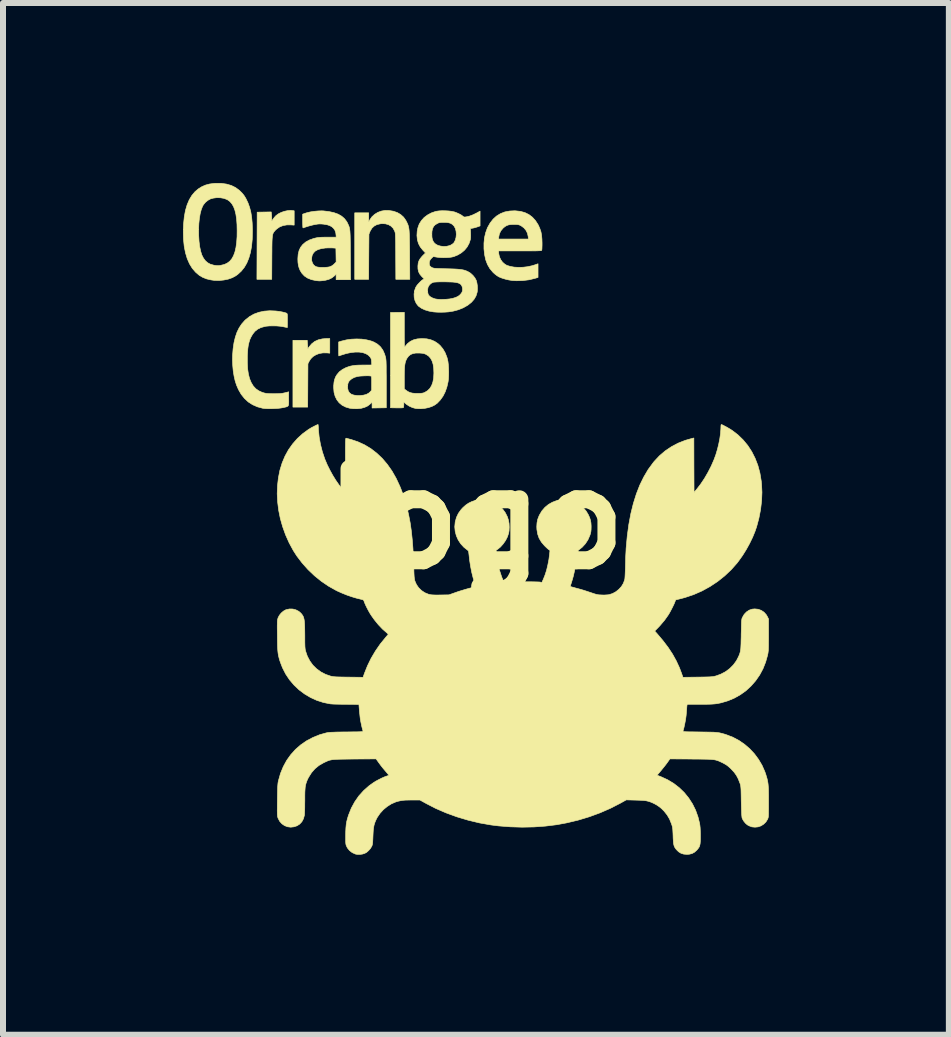
<source format=kicad_pcb>
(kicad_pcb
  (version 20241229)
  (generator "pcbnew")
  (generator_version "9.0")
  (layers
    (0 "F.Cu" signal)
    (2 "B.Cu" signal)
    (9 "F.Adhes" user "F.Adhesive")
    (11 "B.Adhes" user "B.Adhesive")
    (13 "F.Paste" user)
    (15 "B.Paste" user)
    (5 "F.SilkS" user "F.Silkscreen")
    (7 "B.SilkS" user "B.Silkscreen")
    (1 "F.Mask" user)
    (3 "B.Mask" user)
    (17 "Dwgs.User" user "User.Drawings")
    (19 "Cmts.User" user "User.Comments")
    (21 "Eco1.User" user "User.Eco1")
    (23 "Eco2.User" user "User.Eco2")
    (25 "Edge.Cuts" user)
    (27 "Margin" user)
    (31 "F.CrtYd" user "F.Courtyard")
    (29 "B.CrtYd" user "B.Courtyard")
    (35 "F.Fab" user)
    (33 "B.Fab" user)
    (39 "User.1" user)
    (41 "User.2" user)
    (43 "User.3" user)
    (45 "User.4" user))
  (footprint "logo"
    (layer "F.Cu")
    (at 4.88 5.598)
    (property "Reference" "logo" (at 0 0 0) (layer "F.SilkS") (effects (font (size 1.524 1.524) (thickness 0.3))))
    (attr through_hole)
    (fp_poly (pts (xy -2.434 -2.762) (xy -2.477 -2.766) (xy -2.545 -2.767) (xy -2.608 -2.757) (xy -2.664 -2.736) (xy -2.713 -2.706) (xy -2.752 -2.667) (xy -2.778 -2.626) (xy -2.798 -2.586) (xy -2.8 -2.224) (xy -2.802 -1.863) (xy -3.048 -1.863) (xy -3.048 -2.977) (xy -2.81 -2.977) (xy -2.799 -2.835) (xy -2.776 -2.87) (xy -2.735 -2.918) (xy -2.685 -2.957) (xy -2.626 -2.984) (xy -2.559 -3) (xy -2.489 -3.006) (xy -2.434 -3.006) (xy -2.434 -2.762)) (stroke (width 0.01) (type solid)) (fill yes) (layer "F.SilkS"))
    (fp_poly (pts (xy -3.065 -5.14) (xy -3.027 -5.135) (xy -3.027 -4.896) (xy -3.082 -4.9) (xy -3.148 -4.9) (xy -3.211 -4.889) (xy -3.268 -4.867) (xy -3.316 -4.834) (xy -3.34 -4.812) (xy -3.352 -4.798) (xy -3.362 -4.786) (xy -3.371 -4.774) (xy -3.378 -4.76) (xy -3.384 -4.744) (xy -3.388 -4.725) (xy -3.391 -4.7) (xy -3.394 -4.669) (xy -3.396 -4.631) (xy -3.397 -4.584) (xy -3.398 -4.527) (xy -3.398 -4.459) (xy -3.399 -4.379) (xy -3.399 -4.352) (xy -3.401 -3.993) (xy -3.648 -3.993) (xy -3.646 -4.553) (xy -3.644 -5.112) (xy -3.41 -5.116) (xy -3.405 -5.078) (xy -3.403 -5.048) (xy -3.401 -5.014) (xy -3.401 -5.002) (xy -3.401 -4.964) (xy -3.377 -4.999) (xy -3.358 -5.024) (xy -3.337 -5.048) (xy -3.326 -5.058) (xy -3.287 -5.086) (xy -3.24 -5.109) (xy -3.187 -5.127) (xy -3.134 -5.138) (xy -3.084 -5.142) (xy -3.065 -5.14)) (stroke (width 0.01) (type solid)) (fill yes) (layer "F.SilkS"))
    (fp_poly (pts (xy -1.45 -5.14) (xy -1.374 -5.128) (xy -1.308 -5.105) (xy -1.252 -5.072) (xy -1.204 -5.029) (xy -1.166 -4.975) (xy -1.153 -4.949) (xy -1.143 -4.929) (xy -1.135 -4.911) (xy -1.128 -4.893) (xy -1.123 -4.874) (xy -1.118 -4.853) (xy -1.114 -4.828) (xy -1.111 -4.799) (xy -1.109 -4.764) (xy -1.107 -4.723) (xy -1.106 -4.672) (xy -1.105 -4.612) (xy -1.104 -4.542) (xy -1.103 -4.459) (xy -1.103 -4.397) (xy -1.1 -3.993) (xy -1.333 -3.993) (xy -1.335 -4.376) (xy -1.335 -4.459) (xy -1.336 -4.53) (xy -1.336 -4.588) (xy -1.337 -4.637) (xy -1.338 -4.676) (xy -1.339 -4.707) (xy -1.34 -4.731) (xy -1.341 -4.75) (xy -1.343 -4.764) (xy -1.345 -4.775) (xy -1.348 -4.784) (xy -1.351 -4.793) (xy -1.353 -4.798) (xy -1.378 -4.844) (xy -1.413 -4.879) (xy -1.456 -4.904) (xy -1.507 -4.918) (xy -1.565 -4.921) (xy -1.592 -4.918) (xy -1.648 -4.905) (xy -1.693 -4.881) (xy -1.73 -4.847) (xy -1.758 -4.802) (xy -1.765 -4.786) (xy -1.781 -4.745) (xy -1.784 -4.369) (xy -1.786 -3.993) (xy -2.018 -3.993) (xy -2.018 -5.101) (xy -1.785 -5.101) (xy -1.785 -5.025) (xy -1.785 -4.949) (xy -1.764 -4.988) (xy -1.73 -5.036) (xy -1.686 -5.076) (xy -1.634 -5.108) (xy -1.575 -5.13) (xy -1.512 -5.141) (xy -1.45 -5.14)) (stroke (width 0.01) (type solid)) (fill yes) (layer "F.SilkS"))
    (fp_poly (pts (xy -3.336 -3.465) (xy -3.335 -3.465) (xy -3.278 -3.458) (xy -3.228 -3.449) (xy -3.185 -3.439) (xy -3.156 -3.429) (xy -3.15 -3.426) (xy -3.146 -3.421) (xy -3.143 -3.413) (xy -3.141 -3.399) (xy -3.14 -3.377) (xy -3.14 -3.345) (xy -3.14 -3.306) (xy -3.14 -3.267) (xy -3.14 -3.234) (xy -3.141 -3.208) (xy -3.141 -3.193) (xy -3.141 -3.189) (xy -3.149 -3.191) (xy -3.167 -3.194) (xy -3.192 -3.199) (xy -3.21 -3.203) (xy -3.261 -3.211) (xy -3.32 -3.216) (xy -3.382 -3.217) (xy -3.442 -3.216) (xy -3.496 -3.211) (xy -3.516 -3.207) (xy -3.581 -3.189) (xy -3.636 -3.162) (xy -3.682 -3.125) (xy -3.721 -3.076) (xy -3.746 -3.032) (xy -3.766 -2.989) (xy -3.78 -2.943) (xy -3.792 -2.893) (xy -3.8 -2.835) (xy -3.805 -2.768) (xy -3.808 -2.713) (xy -3.808 -2.601) (xy -3.803 -2.501) (xy -3.79 -2.413) (xy -3.77 -2.336) (xy -3.743 -2.271) (xy -3.709 -2.215) (xy -3.668 -2.17) (xy -3.618 -2.135) (xy -3.561 -2.109) (xy -3.524 -2.098) (xy -3.496 -2.092) (xy -3.464 -2.089) (xy -3.424 -2.087) (xy -3.373 -2.086) (xy -3.362 -2.086) (xy -3.308 -2.087) (xy -3.263 -2.089) (xy -3.224 -2.093) (xy -3.186 -2.101) (xy -3.144 -2.111) (xy -3.134 -2.114) (xy -3.119 -2.118) (xy -3.119 -2.001) (xy -3.118 -1.957) (xy -3.119 -1.924) (xy -3.121 -1.901) (xy -3.127 -1.885) (xy -3.138 -1.875) (xy -3.154 -1.868) (xy -3.178 -1.862) (xy -3.209 -1.855) (xy -3.248 -1.848) (xy -3.297 -1.842) (xy -3.351 -1.839) (xy -3.407 -1.837) (xy -3.461 -1.837) (xy -3.509 -1.839) (xy -3.547 -1.843) (xy -3.552 -1.844) (xy -3.641 -1.868) (xy -3.72 -1.903) (xy -3.792 -1.949) (xy -3.855 -2.007) (xy -3.91 -2.076) (xy -3.956 -2.156) (xy -3.989 -2.232) (xy -4.011 -2.301) (xy -4.029 -2.38) (xy -4.043 -2.465) (xy -4.051 -2.554) (xy -4.055 -2.644) (xy -4.054 -2.722) (xy -4.045 -2.836) (xy -4.03 -2.938) (xy -4.008 -3.029) (xy -3.98 -3.111) (xy -3.945 -3.183) (xy -3.902 -3.248) (xy -3.851 -3.306) (xy -3.836 -3.32) (xy -3.771 -3.372) (xy -3.698 -3.413) (xy -3.616 -3.443) (xy -3.528 -3.462) (xy -3.434 -3.469) (xy -3.336 -3.465)) (stroke (width 0.01) (type solid)) (fill yes) (layer "F.SilkS"))
    (fp_poly (pts (xy 0.664 -5.134) (xy 0.746 -5.125) (xy 0.82 -5.104) (xy 0.885 -5.072) (xy 0.943 -5.028) (xy 0.993 -4.973) (xy 1.037 -4.905) (xy 1.047 -4.885) (xy 1.069 -4.834) (xy 1.086 -4.783) (xy 1.096 -4.727) (xy 1.102 -4.663) (xy 1.104 -4.6) (xy 1.104 -4.562) (xy 1.103 -4.527) (xy 1.102 -4.5) (xy 1.1 -4.483) (xy 1.099 -4.479) (xy 1.097 -4.476) (xy 1.093 -4.473) (xy 1.086 -4.471) (xy 1.075 -4.47) (xy 1.058 -4.469) (xy 1.034 -4.468) (xy 1.003 -4.467) (xy 0.963 -4.467) (xy 0.912 -4.466) (xy 0.85 -4.466) (xy 0.776 -4.466) (xy 0.738 -4.466) (xy 0.381 -4.466) (xy 0.381 -4.439) (xy 0.383 -4.417) (xy 0.389 -4.389) (xy 0.395 -4.365) (xy 0.416 -4.319) (xy 0.446 -4.278) (xy 0.484 -4.245) (xy 0.516 -4.226) (xy 0.573 -4.208) (xy 0.639 -4.196) (xy 0.711 -4.192) (xy 0.787 -4.194) (xy 0.863 -4.203) (xy 0.936 -4.219) (xy 0.982 -4.233) (xy 1.037 -4.252) (xy 1.037 -4.024) (xy 0.986 -4.009) (xy 0.888 -3.985) (xy 0.784 -3.972) (xy 0.681 -3.969) (xy 0.61 -3.973) (xy 0.551 -3.982) (xy 0.491 -3.996) (xy 0.433 -4.014) (xy 0.384 -4.034) (xy 0.378 -4.038) (xy 0.351 -4.055) (xy 0.32 -4.079) (xy 0.289 -4.106) (xy 0.286 -4.11) (xy 0.235 -4.17) (xy 0.195 -4.239) (xy 0.165 -4.318) (xy 0.146 -4.406) (xy 0.136 -4.501) (xy 0.136 -4.598) (xy 0.143 -4.664) (xy 0.379 -4.664) (xy 0.877 -4.664) (xy 0.873 -4.705) (xy 0.861 -4.76) (xy 0.837 -4.808) (xy 0.802 -4.85) (xy 0.756 -4.884) (xy 0.744 -4.89) (xy 0.727 -4.898) (xy 0.71 -4.903) (xy 0.689 -4.906) (xy 0.662 -4.907) (xy 0.631 -4.907) (xy 0.584 -4.906) (xy 0.546 -4.9) (xy 0.515 -4.889) (xy 0.486 -4.872) (xy 0.456 -4.847) (xy 0.453 -4.844) (xy 0.417 -4.801) (xy 0.393 -4.751) (xy 0.383 -4.702) (xy 0.379 -4.664) (xy 0.143 -4.664) (xy 0.145 -4.687) (xy 0.164 -4.769) (xy 0.192 -4.847) (xy 0.197 -4.858) (xy 0.239 -4.932) (xy 0.289 -4.996) (xy 0.346 -5.048) (xy 0.412 -5.088) (xy 0.484 -5.116) (xy 0.564 -5.131) (xy 0.65 -5.135) (xy 0.664 -5.134)) (stroke (width 0.01) (type solid)) (fill yes) (layer "F.SilkS"))
    (fp_poly (pts (xy -4.24 -5.592) (xy -4.154 -5.58) (xy -4.075 -5.557) (xy -4.004 -5.522) (xy -3.942 -5.476) (xy -3.918 -5.453) (xy -3.891 -5.425) (xy -3.872 -5.402) (xy -3.856 -5.38) (xy -3.841 -5.355) (xy -3.829 -5.334) (xy -3.797 -5.267) (xy -3.771 -5.195) (xy -3.75 -5.116) (xy -3.736 -5.029) (xy -3.727 -4.933) (xy -3.723 -4.825) (xy -3.723 -4.787) (xy -3.726 -4.66) (xy -3.737 -4.544) (xy -3.756 -4.44) (xy -3.783 -4.346) (xy -3.817 -4.263) (xy -3.859 -4.191) (xy -3.91 -4.128) (xy -3.969 -4.074) (xy -4 -4.052) (xy -4.058 -4.02) (xy -4.126 -3.996) (xy -4.2 -3.981) (xy -4.278 -3.973) (xy -4.357 -3.975) (xy -4.414 -3.983) (xy -4.487 -4) (xy -4.55 -4.025) (xy -4.607 -4.058) (xy -4.66 -4.103) (xy -4.671 -4.113) (xy -4.726 -4.177) (xy -4.772 -4.252) (xy -4.81 -4.339) (xy -4.839 -4.436) (xy -4.86 -4.544) (xy -4.872 -4.664) (xy -4.875 -4.781) (xy -4.874 -4.828) (xy -4.62 -4.828) (xy -4.619 -4.729) (xy -4.619 -4.727) (xy -4.613 -4.626) (xy -4.602 -4.538) (xy -4.586 -4.462) (xy -4.566 -4.398) (xy -4.539 -4.345) (xy -4.507 -4.302) (xy -4.469 -4.269) (xy -4.425 -4.245) (xy -4.373 -4.23) (xy -4.359 -4.227) (xy -4.33 -4.223) (xy -4.308 -4.221) (xy -4.287 -4.221) (xy -4.261 -4.224) (xy -4.247 -4.227) (xy -4.192 -4.24) (xy -4.144 -4.262) (xy -4.102 -4.293) (xy -4.067 -4.334) (xy -4.038 -4.386) (xy -4.015 -4.448) (xy -3.998 -4.521) (xy -3.986 -4.606) (xy -3.979 -4.704) (xy -3.978 -4.801) (xy -3.98 -4.906) (xy -3.987 -4.999) (xy -3.999 -5.079) (xy -4.016 -5.147) (xy -4.038 -5.205) (xy -4.066 -5.252) (xy -4.099 -5.29) (xy -4.138 -5.318) (xy -4.148 -5.323) (xy -4.198 -5.342) (xy -4.256 -5.352) (xy -4.316 -5.354) (xy -4.375 -5.346) (xy -4.42 -5.334) (xy -4.464 -5.31) (xy -4.505 -5.277) (xy -4.539 -5.236) (xy -4.554 -5.21) (xy -4.576 -5.154) (xy -4.594 -5.086) (xy -4.607 -5.008) (xy -4.616 -4.922) (xy -4.62 -4.828) (xy -4.874 -4.828) (xy -4.871 -4.911) (xy -4.859 -5.03) (xy -4.84 -5.137) (xy -4.812 -5.233) (xy -4.776 -5.318) (xy -4.732 -5.391) (xy -4.681 -5.452) (xy -4.626 -5.499) (xy -4.567 -5.536) (xy -4.506 -5.563) (xy -4.439 -5.581) (xy -4.364 -5.591) (xy -4.335 -5.593) (xy -4.24 -5.592)) (stroke (width 0.01) (type solid)) (fill yes) (layer "F.SilkS"))
    (fp_poly (pts (xy -1.192 -3.149) (xy -1.192 -3.077) (xy -1.192 -3.017) (xy -1.191 -2.97) (xy -1.191 -2.933) (xy -1.19 -2.906) (xy -1.189 -2.887) (xy -1.188 -2.875) (xy -1.186 -2.868) (xy -1.184 -2.867) (xy -1.182 -2.869) (xy -1.18 -2.872) (xy -1.14 -2.92) (xy -1.092 -2.958) (xy -1.038 -2.984) (xy -0.974 -3) (xy -0.902 -3.005) (xy -0.896 -3.005) (xy -0.818 -3.001) (xy -0.749 -2.985) (xy -0.687 -2.959) (xy -0.631 -2.922) (xy -0.595 -2.89) (xy -0.549 -2.834) (xy -0.511 -2.769) (xy -0.481 -2.693) (xy -0.473 -2.663) (xy -0.464 -2.622) (xy -0.458 -2.57) (xy -0.454 -2.512) (xy -0.452 -2.45) (xy -0.453 -2.39) (xy -0.456 -2.333) (xy -0.462 -2.285) (xy -0.482 -2.198) (xy -0.51 -2.118) (xy -0.547 -2.045) (xy -0.592 -1.982) (xy -0.642 -1.929) (xy -0.685 -1.898) (xy -0.732 -1.874) (xy -0.789 -1.855) (xy -0.852 -1.842) (xy -0.916 -1.836) (xy -0.978 -1.838) (xy -1.009 -1.842) (xy -1.058 -1.856) (xy -1.107 -1.878) (xy -1.151 -1.906) (xy -1.167 -1.919) (xy -1.199 -1.949) (xy -1.2 -1.908) (xy -1.201 -1.884) (xy -1.203 -1.865) (xy -1.205 -1.857) (xy -1.211 -1.854) (xy -1.225 -1.851) (xy -1.249 -1.85) (xy -1.284 -1.85) (xy -1.316 -1.85) (xy -1.422 -1.852) (xy -1.422 -2.167) (xy -1.192 -2.167) (xy -1.17 -2.149) (xy -1.135 -2.124) (xy -1.098 -2.106) (xy -1.056 -2.096) (xy -1.005 -2.091) (xy -0.963 -2.091) (xy -0.924 -2.092) (xy -0.895 -2.095) (xy -0.872 -2.1) (xy -0.853 -2.107) (xy -0.852 -2.108) (xy -0.805 -2.136) (xy -0.767 -2.173) (xy -0.737 -2.221) (xy -0.716 -2.279) (xy -0.703 -2.347) (xy -0.699 -2.427) (xy -0.699 -2.434) (xy -0.702 -2.512) (xy -0.712 -2.579) (xy -0.73 -2.634) (xy -0.755 -2.679) (xy -0.787 -2.714) (xy -0.828 -2.741) (xy -0.83 -2.742) (xy -0.852 -2.751) (xy -0.873 -2.758) (xy -0.899 -2.761) (xy -0.933 -2.764) (xy -0.942 -2.764) (xy -1.001 -2.764) (xy -1.049 -2.755) (xy -1.088 -2.739) (xy -1.12 -2.713) (xy -1.147 -2.677) (xy -1.157 -2.658) (xy -1.167 -2.635) (xy -1.175 -2.61) (xy -1.181 -2.581) (xy -1.186 -2.546) (xy -1.189 -2.504) (xy -1.191 -2.452) (xy -1.192 -2.39) (xy -1.192 -2.331) (xy -1.192 -2.167) (xy -1.422 -2.167) (xy -1.422 -3.44) (xy -1.192 -3.443) (xy -1.192 -3.149)) (stroke (width 0.01) (type solid)) (fill yes) (layer "F.SilkS"))
    (fp_poly (pts (xy -2.54 -5.133) (xy -2.447 -5.122) (xy -2.365 -5.104) (xy -2.295 -5.079) (xy -2.236 -5.045) (xy -2.188 -5.003) (xy -2.151 -4.954) (xy -2.139 -4.932) (xy -2.13 -4.912) (xy -2.122 -4.895) (xy -2.115 -4.878) (xy -2.109 -4.861) (xy -2.105 -4.842) (xy -2.101 -4.82) (xy -2.098 -4.794) (xy -2.096 -4.762) (xy -2.094 -4.724) (xy -2.093 -4.678) (xy -2.092 -4.622) (xy -2.091 -4.556) (xy -2.091 -4.479) (xy -2.09 -4.394) (xy -2.088 -3.986) (xy -2.328 -3.986) (xy -2.328 -4.08) (xy -2.357 -4.05) (xy -2.399 -4.017) (xy -2.45 -3.992) (xy -2.511 -3.976) (xy -2.533 -3.973) (xy -2.567 -3.969) (xy -2.593 -3.967) (xy -2.616 -3.967) (xy -2.641 -3.969) (xy -2.667 -3.972) (xy -2.74 -3.988) (xy -2.803 -4.013) (xy -2.856 -4.048) (xy -2.898 -4.093) (xy -2.927 -4.139) (xy -2.945 -4.182) (xy -2.957 -4.226) (xy -2.964 -4.275) (xy -2.966 -4.332) (xy -2.965 -4.35) (xy -2.736 -4.35) (xy -2.735 -4.303) (xy -2.722 -4.263) (xy -2.701 -4.23) (xy -2.67 -4.207) (xy -2.656 -4.202) (xy -2.631 -4.196) (xy -2.596 -4.192) (xy -2.555 -4.191) (xy -2.513 -4.192) (xy -2.474 -4.195) (xy -2.442 -4.2) (xy -2.434 -4.202) (xy -2.402 -4.216) (xy -2.372 -4.237) (xy -2.362 -4.247) (xy -2.328 -4.281) (xy -2.332 -4.512) (xy -2.385 -4.516) (xy -2.417 -4.517) (xy -2.457 -4.517) (xy -2.496 -4.515) (xy -2.505 -4.515) (xy -2.573 -4.505) (xy -2.629 -4.489) (xy -2.674 -4.465) (xy -2.706 -4.433) (xy -2.727 -4.394) (xy -2.736 -4.35) (xy -2.965 -4.35) (xy -2.961 -4.406) (xy -2.946 -4.471) (xy -2.92 -4.527) (xy -2.882 -4.575) (xy -2.834 -4.615) (xy -2.774 -4.648) (xy -2.701 -4.674) (xy -2.663 -4.683) (xy -2.639 -4.688) (xy -2.608 -4.691) (xy -2.57 -4.694) (xy -2.521 -4.695) (xy -2.471 -4.695) (xy -2.328 -4.695) (xy -2.328 -4.718) (xy -2.334 -4.769) (xy -2.35 -4.814) (xy -2.372 -4.844) (xy -2.4 -4.869) (xy -2.435 -4.888) (xy -2.478 -4.902) (xy -2.532 -4.911) (xy -2.535 -4.912) (xy -2.572 -4.915) (xy -2.602 -4.916) (xy -2.633 -4.914) (xy -2.669 -4.908) (xy -2.706 -4.901) (xy -2.75 -4.89) (xy -2.797 -4.877) (xy -2.84 -4.863) (xy -2.874 -4.851) (xy -2.877 -4.85) (xy -2.88 -4.851) (xy -2.883 -4.861) (xy -2.884 -4.879) (xy -2.885 -4.908) (xy -2.886 -4.949) (xy -2.886 -4.962) (xy -2.886 -5.078) (xy -2.866 -5.086) (xy -2.817 -5.102) (xy -2.759 -5.116) (xy -2.695 -5.126) (xy -2.63 -5.132) (xy -2.569 -5.134) (xy -2.54 -5.133)) (stroke (width 0.01) (type solid)) (fill yes) (layer "F.SilkS"))
    (fp_poly (pts (xy -1.901 -2.996) (xy -1.82 -2.984) (xy -1.745 -2.965) (xy -1.696 -2.946) (xy -1.637 -2.911) (xy -1.588 -2.867) (xy -1.549 -2.812) (xy -1.52 -2.747) (xy -1.505 -2.697) (xy -1.502 -2.684) (xy -1.5 -2.67) (xy -1.498 -2.654) (xy -1.496 -2.635) (xy -1.495 -2.61) (xy -1.494 -2.58) (xy -1.493 -2.543) (xy -1.493 -2.497) (xy -1.493 -2.442) (xy -1.492 -2.375) (xy -1.492 -2.297) (xy -1.492 -2.247) (xy -1.492 -1.852) (xy -1.61 -1.85) (xy -1.729 -1.848) (xy -1.729 -1.894) (xy -1.729 -1.918) (xy -1.73 -1.934) (xy -1.732 -1.94) (xy -1.739 -1.936) (xy -1.752 -1.924) (xy -1.763 -1.913) (xy -1.803 -1.882) (xy -1.853 -1.859) (xy -1.911 -1.843) (xy -1.975 -1.836) (xy -2.043 -1.837) (xy -2.105 -1.845) (xy -2.171 -1.865) (xy -2.229 -1.895) (xy -2.278 -1.936) (xy -2.316 -1.985) (xy -2.345 -2.044) (xy -2.363 -2.11) (xy -2.369 -2.185) (xy -2.369 -2.22) (xy -2.136 -2.22) (xy -2.135 -2.171) (xy -2.125 -2.131) (xy -2.104 -2.1) (xy -2.073 -2.077) (xy -2.031 -2.063) (xy -1.978 -2.056) (xy -1.93 -2.056) (xy -1.874 -2.062) (xy -1.829 -2.073) (xy -1.826 -2.074) (xy -1.786 -2.095) (xy -1.761 -2.117) (xy -1.736 -2.145) (xy -1.736 -2.261) (xy -1.736 -2.304) (xy -1.736 -2.336) (xy -1.738 -2.357) (xy -1.74 -2.37) (xy -1.743 -2.378) (xy -1.747 -2.38) (xy -1.762 -2.383) (xy -1.788 -2.385) (xy -1.821 -2.385) (xy -1.858 -2.384) (xy -1.895 -2.382) (xy -1.93 -2.38) (xy -1.959 -2.376) (xy -1.971 -2.374) (xy -2.023 -2.359) (xy -2.067 -2.336) (xy -2.102 -2.307) (xy -2.113 -2.294) (xy -2.126 -2.271) (xy -2.133 -2.247) (xy -2.136 -2.22) (xy -2.369 -2.22) (xy -2.368 -2.226) (xy -2.363 -2.281) (xy -2.352 -2.327) (xy -2.336 -2.368) (xy -2.315 -2.403) (xy -2.274 -2.452) (xy -2.222 -2.491) (xy -2.168 -2.519) (xy -2.128 -2.534) (xy -2.09 -2.546) (xy -2.049 -2.554) (xy -2.003 -2.56) (xy -1.949 -2.563) (xy -1.885 -2.564) (xy -1.871 -2.564) (xy -1.734 -2.565) (xy -1.737 -2.615) (xy -1.739 -2.645) (xy -1.744 -2.667) (xy -1.753 -2.685) (xy -1.761 -2.697) (xy -1.792 -2.729) (xy -1.834 -2.754) (xy -1.885 -2.771) (xy -1.945 -2.78) (xy -2.011 -2.78) (xy -2.083 -2.772) (xy -2.159 -2.756) (xy -2.23 -2.734) (xy -2.255 -2.726) (xy -2.274 -2.719) (xy -2.283 -2.716) (xy -2.284 -2.716) (xy -2.284 -2.723) (xy -2.285 -2.742) (xy -2.286 -2.769) (xy -2.286 -2.804) (xy -2.286 -2.833) (xy -2.286 -2.949) (xy -2.24 -2.963) (xy -2.159 -2.983) (xy -2.074 -2.995) (xy -1.987 -2.999) (xy -1.901 -2.996)) (stroke (width 0.01) (type solid)) (fill yes) (layer "F.SilkS"))
    (fp_poly (pts (xy -0.508 -5.135) (xy -0.453 -5.132) (xy -0.403 -5.126) (xy -0.362 -5.117) (xy -0.356 -5.116) (xy -0.317 -5.101) (xy -0.277 -5.083) (xy -0.242 -5.064) (xy -0.216 -5.045) (xy -0.214 -5.043) (xy -0.202 -5.034) (xy -0.187 -5.031) (xy -0.164 -5.033) (xy -0.163 -5.033) (xy -0.109 -5.045) (xy -0.047 -5.068) (xy 0.012 -5.097) (xy 0.071 -5.129) (xy 0.071 -4.883) (xy 0.03 -4.868) (xy -0.001 -4.858) (xy -0.034 -4.849) (xy -0.05 -4.846) (xy -0.09 -4.839) (xy -0.087 -4.767) (xy -0.086 -4.723) (xy -0.087 -4.684) (xy -0.091 -4.655) (xy -0.112 -4.592) (xy -0.144 -4.533) (xy -0.187 -4.48) (xy -0.24 -4.435) (xy -0.3 -4.399) (xy -0.366 -4.372) (xy -0.399 -4.364) (xy -0.439 -4.358) (xy -0.488 -4.355) (xy -0.542 -4.354) (xy -0.594 -4.356) (xy -0.642 -4.361) (xy -0.655 -4.363) (xy -0.708 -4.372) (xy -0.732 -4.351) (xy -0.759 -4.321) (xy -0.773 -4.29) (xy -0.776 -4.261) (xy -0.773 -4.233) (xy -0.763 -4.212) (xy -0.743 -4.196) (xy -0.732 -4.19) (xy -0.723 -4.185) (xy -0.713 -4.182) (xy -0.7 -4.179) (xy -0.684 -4.176) (xy -0.662 -4.175) (xy -0.632 -4.173) (xy -0.593 -4.172) (xy -0.544 -4.17) (xy -0.49 -4.169) (xy -0.417 -4.167) (xy -0.356 -4.165) (xy -0.305 -4.162) (xy -0.263 -4.158) (xy -0.229 -4.153) (xy -0.199 -4.147) (xy -0.173 -4.139) (xy -0.148 -4.129) (xy -0.129 -4.12) (xy -0.087 -4.094) (xy -0.048 -4.058) (xy -0.016 -4.018) (xy 0.007 -3.976) (xy 0.007 -3.974) (xy 0.018 -3.935) (xy 0.025 -3.889) (xy 0.027 -3.84) (xy 0.025 -3.796) (xy 0.022 -3.776) (xy 0.003 -3.715) (xy -0.029 -3.66) (xy -0.073 -3.61) (xy -0.129 -3.565) (xy -0.136 -3.56) (xy -0.21 -3.518) (xy -0.289 -3.486) (xy -0.375 -3.463) (xy -0.455 -3.45) (xy -0.512 -3.446) (xy -0.576 -3.444) (xy -0.64 -3.445) (xy -0.697 -3.449) (xy -0.706 -3.45) (xy -0.78 -3.463) (xy -0.847 -3.483) (xy -0.905 -3.51) (xy -0.951 -3.542) (xy -0.961 -3.551) (xy -0.992 -3.591) (xy -1.014 -3.639) (xy -1.027 -3.692) (xy -1.029 -3.747) (xy -1.022 -3.802) (xy -1.014 -3.823) (xy -0.803 -3.823) (xy -0.803 -3.787) (xy -0.797 -3.754) (xy -0.787 -3.729) (xy -0.785 -3.727) (xy -0.761 -3.704) (xy -0.726 -3.684) (xy -0.682 -3.668) (xy -0.669 -3.665) (xy -0.633 -3.66) (xy -0.588 -3.657) (xy -0.537 -3.658) (xy -0.485 -3.661) (xy -0.435 -3.666) (xy -0.393 -3.674) (xy -0.387 -3.675) (xy -0.34 -3.689) (xy -0.304 -3.705) (xy -0.275 -3.724) (xy -0.252 -3.747) (xy -0.23 -3.778) (xy -0.221 -3.808) (xy -0.222 -3.841) (xy -0.222 -3.844) (xy -0.228 -3.871) (xy -0.238 -3.892) (xy -0.252 -3.91) (xy -0.273 -3.924) (xy -0.3 -3.934) (xy -0.337 -3.942) (xy -0.383 -3.947) (xy -0.44 -3.949) (xy -0.509 -3.951) (xy -0.54 -3.951) (xy -0.586 -3.951) (xy -0.628 -3.95) (xy -0.664 -3.948) (xy -0.691 -3.946) (xy -0.707 -3.944) (xy -0.708 -3.944) (xy -0.741 -3.928) (xy -0.77 -3.903) (xy -0.791 -3.872) (xy -0.797 -3.856) (xy -0.803 -3.823) (xy -1.014 -3.823) (xy -1.004 -3.853) (xy -0.993 -3.873) (xy -0.976 -3.898) (xy -0.952 -3.925) (xy -0.926 -3.952) (xy -0.901 -3.975) (xy -0.884 -3.987) (xy -0.861 -4.001) (xy -0.899 -4.038) (xy -0.932 -4.077) (xy -0.954 -4.119) (xy -0.964 -4.166) (xy -0.965 -4.216) (xy -0.96 -4.262) (xy -0.948 -4.301) (xy -0.928 -4.336) (xy -0.898 -4.373) (xy -0.884 -4.388) (xy -0.839 -4.432) (xy -0.882 -4.478) (xy -0.926 -4.533) (xy -0.956 -4.59) (xy -0.974 -4.652) (xy -0.981 -4.721) (xy -0.981 -4.727) (xy -0.98 -4.742) (xy -0.733 -4.742) (xy -0.731 -4.695) (xy -0.724 -4.658) (xy -0.711 -4.627) (xy -0.696 -4.604) (xy -0.668 -4.578) (xy -0.63 -4.558) (xy -0.585 -4.546) (xy -0.536 -4.54) (xy -0.487 -4.543) (xy -0.44 -4.554) (xy -0.416 -4.564) (xy -0.387 -4.582) (xy -0.365 -4.602) (xy -0.362 -4.607) (xy -0.341 -4.648) (xy -0.329 -4.695) (xy -0.325 -4.744) (xy -0.329 -4.794) (xy -0.34 -4.839) (xy -0.36 -4.876) (xy -0.368 -4.886) (xy -0.393 -4.91) (xy -0.422 -4.927) (xy -0.458 -4.937) (xy -0.502 -4.942) (xy -0.529 -4.942) (xy -0.564 -4.942) (xy -0.589 -4.94) (xy -0.608 -4.937) (xy -0.626 -4.931) (xy -0.642 -4.923) (xy -0.678 -4.901) (xy -0.705 -4.872) (xy -0.722 -4.835) (xy -0.731 -4.79) (xy -0.733 -4.742) (xy -0.98 -4.742) (xy -0.977 -4.792) (xy -0.966 -4.849) (xy -0.947 -4.903) (xy -0.941 -4.917) (xy -0.906 -4.973) (xy -0.861 -5.023) (xy -0.805 -5.065) (xy -0.742 -5.099) (xy -0.673 -5.123) (xy -0.656 -5.127) (xy -0.614 -5.133) (xy -0.563 -5.136) (xy -0.508 -5.135)) (stroke (width 0.01) (type solid)) (fill yes) (layer "F.SilkS"))
    (fp_poly (pts (xy 4.102 -1.57) (xy 4.122 -1.561) (xy 4.148 -1.547) (xy 4.179 -1.531) (xy 4.21 -1.513) (xy 4.24 -1.495) (xy 4.265 -1.479) (xy 4.269 -1.477) (xy 4.367 -1.402) (xy 4.454 -1.318) (xy 4.532 -1.224) (xy 4.599 -1.121) (xy 4.655 -1.01) (xy 4.701 -0.891) (xy 4.735 -0.765) (xy 4.757 -0.631) (xy 4.762 -0.582) (xy 4.769 -0.444) (xy 4.763 -0.301) (xy 4.746 -0.156) (xy 4.718 -0.011) (xy 4.68 0.131) (xy 4.653 0.209) (xy 4.613 0.307) (xy 4.564 0.408) (xy 4.508 0.51) (xy 4.447 0.608) (xy 4.383 0.698) (xy 4.356 0.734) (xy 4.257 0.846) (xy 4.147 0.95) (xy 4.029 1.044) (xy 3.902 1.128) (xy 3.769 1.201) (xy 3.63 1.262) (xy 3.487 1.31) (xy 3.424 1.327) (xy 3.331 1.35) (xy 3.319 1.382) (xy 3.306 1.414) (xy 3.287 1.454) (xy 3.265 1.498) (xy 3.242 1.542) (xy 3.22 1.581) (xy 3.205 1.605) (xy 3.144 1.691) (xy 3.07 1.778) (xy 3.039 1.811) (xy 2.982 1.869) (xy 3.024 1.916) (xy 3.121 2.031) (xy 3.206 2.143) (xy 3.279 2.254) (xy 3.341 2.366) (xy 3.394 2.481) (xy 3.429 2.574) (xy 3.452 2.64) (xy 3.696 2.637) (xy 3.763 2.636) (xy 3.817 2.635) (xy 3.86 2.634) (xy 3.894 2.633) (xy 3.922 2.631) (xy 3.944 2.629) (xy 3.962 2.627) (xy 3.978 2.623) (xy 3.994 2.619) (xy 3.997 2.619) (xy 4.083 2.588) (xy 4.161 2.547) (xy 4.231 2.495) (xy 4.293 2.433) (xy 4.344 2.363) (xy 4.375 2.303) (xy 4.386 2.279) (xy 4.395 2.257) (xy 4.402 2.235) (xy 4.408 2.213) (xy 4.412 2.188) (xy 4.416 2.159) (xy 4.418 2.123) (xy 4.42 2.079) (xy 4.421 2.026) (xy 4.423 1.961) (xy 4.423 1.926) (xy 4.425 1.86) (xy 4.426 1.806) (xy 4.427 1.763) (xy 4.428 1.73) (xy 4.429 1.704) (xy 4.431 1.685) (xy 4.434 1.67) (xy 4.436 1.659) (xy 4.44 1.649) (xy 4.444 1.641) (xy 4.473 1.591) (xy 4.511 1.551) (xy 4.556 1.521) (xy 4.606 1.504) (xy 4.649 1.5) (xy 4.706 1.506) (xy 4.758 1.525) (xy 4.803 1.555) (xy 4.84 1.596) (xy 4.859 1.628) (xy 4.879 1.669) (xy 4.879 1.933) (xy 4.879 2.002) (xy 4.878 2.059) (xy 4.878 2.105) (xy 4.877 2.142) (xy 4.876 2.172) (xy 4.875 2.196) (xy 4.872 2.217) (xy 4.87 2.236) (xy 4.866 2.254) (xy 4.863 2.27) (xy 4.83 2.387) (xy 4.786 2.498) (xy 4.73 2.602) (xy 4.664 2.697) (xy 4.588 2.784) (xy 4.504 2.862) (xy 4.411 2.929) (xy 4.31 2.986) (xy 4.203 3.031) (xy 4.089 3.065) (xy 4.03 3.077) (xy 4.004 3.081) (xy 3.977 3.084) (xy 3.949 3.086) (xy 3.916 3.088) (xy 3.877 3.089) (xy 3.829 3.09) (xy 3.771 3.09) (xy 3.736 3.09) (xy 3.522 3.09) (xy 3.518 3.12) (xy 3.516 3.141) (xy 3.514 3.17) (xy 3.511 3.204) (xy 3.51 3.219) (xy 3.505 3.278) (xy 3.496 3.345) (xy 3.483 3.413) (xy 3.469 3.478) (xy 3.454 3.534) (xy 3.453 3.536) (xy 3.453 3.539) (xy 3.456 3.542) (xy 3.463 3.544) (xy 3.474 3.545) (xy 3.493 3.547) (xy 3.519 3.548) (xy 3.554 3.549) (xy 3.6 3.549) (xy 3.657 3.55) (xy 3.727 3.551) (xy 3.73 3.551) (xy 3.805 3.552) (xy 3.867 3.553) (xy 3.919 3.554) (xy 3.963 3.555) (xy 3.999 3.558) (xy 4.03 3.561) (xy 4.058 3.565) (xy 4.085 3.571) (xy 4.112 3.578) (xy 4.141 3.586) (xy 4.174 3.597) (xy 4.181 3.599) (xy 4.286 3.64) (xy 4.386 3.693) (xy 4.48 3.758) (xy 4.566 3.832) (xy 4.644 3.916) (xy 4.712 4.008) (xy 4.77 4.106) (xy 4.816 4.21) (xy 4.832 4.255) (xy 4.843 4.292) (xy 4.853 4.325) (xy 4.86 4.356) (xy 4.866 4.386) (xy 4.871 4.419) (xy 4.874 4.454) (xy 4.877 4.496) (xy 4.878 4.545) (xy 4.879 4.603) (xy 4.879 4.672) (xy 4.879 4.71) (xy 4.879 4.777) (xy 4.879 4.832) (xy 4.878 4.877) (xy 4.878 4.911) (xy 4.877 4.937) (xy 4.876 4.957) (xy 4.874 4.972) (xy 4.871 4.984) (xy 4.868 4.993) (xy 4.864 5.002) (xy 4.864 5.004) (xy 4.835 5.051) (xy 4.797 5.088) (xy 4.753 5.116) (xy 4.704 5.133) (xy 4.653 5.138) (xy 4.601 5.133) (xy 4.551 5.114) (xy 4.525 5.099) (xy 4.493 5.071) (xy 4.464 5.035) (xy 4.443 4.998) (xy 4.437 4.983) (xy 4.435 4.967) (xy 4.432 4.939) (xy 4.43 4.897) (xy 4.428 4.844) (xy 4.426 4.779) (xy 4.424 4.706) (xy 4.423 4.64) (xy 4.422 4.586) (xy 4.421 4.543) (xy 4.42 4.51) (xy 4.418 4.483) (xy 4.416 4.463) (xy 4.414 4.446) (xy 4.411 4.432) (xy 4.407 4.419) (xy 4.402 4.404) (xy 4.4 4.4) (xy 4.374 4.333) (xy 4.344 4.276) (xy 4.307 4.224) (xy 4.26 4.173) (xy 4.24 4.153) (xy 4.206 4.123) (xy 4.174 4.099) (xy 4.139 4.079) (xy 4.111 4.064) (xy 4.085 4.052) (xy 4.062 4.041) (xy 4.04 4.032) (xy 4.019 4.025) (xy 3.998 4.019) (xy 3.973 4.014) (xy 3.945 4.011) (xy 3.911 4.008) (xy 3.871 4.006) (xy 3.823 4.005) (xy 3.765 4.004) (xy 3.696 4.003) (xy 3.615 4.003) (xy 3.591 4.002) (xy 3.235 4) (xy 3.191 4.062) (xy 3.169 4.092) (xy 3.14 4.129) (xy 3.11 4.166) (xy 3.084 4.198) (xy 3.021 4.272) (xy 3.086 4.297) (xy 3.195 4.347) (xy 3.297 4.408) (xy 3.39 4.48) (xy 3.474 4.561) (xy 3.547 4.651) (xy 3.611 4.75) (xy 3.663 4.855) (xy 3.703 4.967) (xy 3.73 5.076) (xy 3.735 5.11) (xy 3.739 5.147) (xy 3.741 5.189) (xy 3.743 5.239) (xy 3.743 5.285) (xy 3.743 5.339) (xy 3.741 5.383) (xy 3.738 5.416) (xy 3.732 5.443) (xy 3.724 5.466) (xy 3.711 5.486) (xy 3.695 5.507) (xy 3.68 5.524) (xy 3.642 5.557) (xy 3.602 5.578) (xy 3.556 5.589) (xy 3.517 5.591) (xy 3.465 5.587) (xy 3.42 5.573) (xy 3.381 5.549) (xy 3.355 5.524) (xy 3.335 5.502) (xy 3.32 5.481) (xy 3.309 5.46) (xy 3.301 5.436) (xy 3.295 5.406) (xy 3.292 5.369) (xy 3.289 5.321) (xy 3.288 5.285) (xy 3.286 5.236) (xy 3.284 5.199) (xy 3.282 5.17) (xy 3.279 5.147) (xy 3.275 5.127) (xy 3.269 5.106) (xy 3.261 5.082) (xy 3.26 5.08) (xy 3.229 5.003) (xy 3.189 4.935) (xy 3.139 4.872) (xy 3.135 4.868) (xy 3.093 4.826) (xy 3.053 4.794) (xy 3.011 4.766) (xy 2.974 4.746) (xy 2.938 4.729) (xy 2.905 4.716) (xy 2.873 4.706) (xy 2.839 4.698) (xy 2.8 4.693) (xy 2.753 4.69) (xy 2.696 4.688) (xy 2.663 4.687) (xy 2.508 4.683) (xy 2.404 4.741) (xy 2.242 4.824) (xy 2.07 4.899) (xy 1.89 4.965) (xy 1.704 5.021) (xy 1.515 5.066) (xy 1.348 5.097) (xy 1.162 5.12) (xy 0.969 5.134) (xy 0.772 5.138) (xy 0.575 5.132) (xy 0.382 5.117) (xy 0.254 5.101) (xy 0.061 5.067) (xy -0.13 5.021) (xy -0.317 4.965) (xy -0.498 4.899) (xy -0.671 4.824) (xy -0.824 4.745) (xy -0.933 4.685) (xy -1.061 4.685) (xy -1.123 4.686) (xy -1.174 4.687) (xy -1.217 4.691) (xy -1.255 4.697) (xy -1.291 4.705) (xy -1.327 4.715) (xy -1.333 4.717) (xy -1.407 4.749) (xy -1.477 4.793) (xy -1.541 4.846) (xy -1.597 4.908) (xy -1.644 4.977) (xy -1.665 5.019) (xy -1.679 5.052) (xy -1.69 5.083) (xy -1.698 5.114) (xy -1.704 5.149) (xy -1.709 5.19) (xy -1.712 5.241) (xy -1.714 5.285) (xy -1.716 5.334) (xy -1.718 5.372) (xy -1.72 5.4) (xy -1.723 5.421) (xy -1.727 5.438) (xy -1.732 5.452) (xy -1.734 5.455) (xy -1.756 5.493) (xy -1.787 5.528) (xy -1.821 5.558) (xy -1.851 5.574) (xy -1.888 5.586) (xy -1.931 5.592) (xy -1.972 5.592) (xy -2.007 5.586) (xy -2.007 5.586) (xy -2.061 5.561) (xy -2.106 5.526) (xy -2.141 5.482) (xy -2.153 5.457) (xy -2.159 5.445) (xy -2.163 5.432) (xy -2.166 5.417) (xy -2.168 5.398) (xy -2.169 5.373) (xy -2.169 5.338) (xy -2.169 5.292) (xy -2.169 5.281) (xy -2.168 5.21) (xy -2.165 5.149) (xy -2.16 5.096) (xy -2.152 5.047) (xy -2.14 4.998) (xy -2.124 4.946) (xy -2.12 4.934) (xy -2.075 4.821) (xy -2.018 4.716) (xy -1.95 4.618) (xy -1.87 4.529) (xy -1.78 4.449) (xy -1.71 4.399) (xy -1.668 4.372) (xy -1.619 4.346) (xy -1.568 4.32) (xy -1.52 4.299) (xy -1.484 4.286) (xy -1.447 4.274) (xy -1.462 4.255) (xy -1.474 4.241) (xy -1.492 4.22) (xy -1.513 4.195) (xy -1.525 4.181) (xy -1.551 4.15) (xy -1.58 4.113) (xy -1.607 4.077) (xy -1.617 4.063) (xy -1.662 4) (xy -2.018 4.002) (xy -2.103 4.003) (xy -2.175 4.004) (xy -2.235 4.005) (xy -2.286 4.006) (xy -2.328 4.008) (xy -2.363 4.01) (xy -2.393 4.013) (xy -2.418 4.018) (xy -2.441 4.023) (xy -2.461 4.03) (xy -2.482 4.039) (xy -2.504 4.049) (xy -2.529 4.061) (xy -2.536 4.064) (xy -2.614 4.109) (xy -2.681 4.164) (xy -2.738 4.229) (xy -2.785 4.304) (xy -2.791 4.314) (xy -2.807 4.347) (xy -2.819 4.377) (xy -2.829 4.406) (xy -2.837 4.435) (xy -2.843 4.468) (xy -2.846 4.506) (xy -2.849 4.552) (xy -2.85 4.607) (xy -2.85 4.673) (xy -2.85 4.695) (xy -2.851 4.75) (xy -2.851 4.802) (xy -2.852 4.849) (xy -2.854 4.89) (xy -2.855 4.921) (xy -2.857 4.94) (xy -2.857 4.941) (xy -2.873 4.998) (xy -2.899 5.047) (xy -2.935 5.086) (xy -2.98 5.115) (xy -3.032 5.132) (xy -3.085 5.138) (xy -3.138 5.131) (xy -3.188 5.112) (xy -3.232 5.081) (xy -3.268 5.041) (xy -3.294 4.992) (xy -3.295 4.99) (xy -3.299 4.979) (xy -3.302 4.968) (xy -3.305 4.956) (xy -3.306 4.941) (xy -3.308 4.922) (xy -3.308 4.896) (xy -3.309 4.863) (xy -3.308 4.821) (xy -3.308 4.768) (xy -3.307 4.702) (xy -3.307 4.688) (xy -3.306 4.619) (xy -3.305 4.562) (xy -3.304 4.516) (xy -3.303 4.478) (xy -3.301 4.448) (xy -3.299 4.424) (xy -3.297 4.403) (xy -3.294 4.384) (xy -3.29 4.366) (xy -3.289 4.362) (xy -3.255 4.242) (xy -3.209 4.13) (xy -3.152 4.025) (xy -3.084 3.93) (xy -3.006 3.843) (xy -2.918 3.766) (xy -2.821 3.699) (xy -2.715 3.643) (xy -2.602 3.597) (xy -2.491 3.566) (xy -2.475 3.563) (xy -2.456 3.56) (xy -2.434 3.558) (xy -2.406 3.556) (xy -2.371 3.555) (xy -2.328 3.553) (xy -2.274 3.552) (xy -2.209 3.551) (xy -2.157 3.551) (xy -2.086 3.55) (xy -2.029 3.549) (xy -1.983 3.549) (xy -1.947 3.548) (xy -1.921 3.547) (xy -1.902 3.545) (xy -1.89 3.544) (xy -1.883 3.542) (xy -1.88 3.539) (xy -1.88 3.536) (xy -1.88 3.536) (xy -1.888 3.507) (xy -1.898 3.469) (xy -1.907 3.427) (xy -1.916 3.385) (xy -1.922 3.352) (xy -1.926 3.328) (xy -1.93 3.294) (xy -1.934 3.254) (xy -1.939 3.212) (xy -1.942 3.171) (xy -1.945 3.135) (xy -1.947 3.107) (xy -1.947 3.096) (xy -1.954 3.094) (xy -1.973 3.093) (xy -2.003 3.092) (xy -2.042 3.091) (xy -2.088 3.091) (xy -2.139 3.09) (xy -2.158 3.09) (xy -2.215 3.09) (xy -2.269 3.089) (xy -2.32 3.088) (xy -2.363 3.087) (xy -2.398 3.085) (xy -2.422 3.083) (xy -2.425 3.083) (xy -2.54 3.06) (xy -2.651 3.024) (xy -2.756 2.976) (xy -2.855 2.917) (xy -2.947 2.848) (xy -3.03 2.769) (xy -3.105 2.681) (xy -3.169 2.585) (xy -3.222 2.481) (xy -3.253 2.401) (xy -3.266 2.364) (xy -3.276 2.33) (xy -3.284 2.299) (xy -3.291 2.267) (xy -3.296 2.234) (xy -3.3 2.197) (xy -3.303 2.154) (xy -3.305 2.103) (xy -3.306 2.043) (xy -3.307 1.971) (xy -3.307 1.947) (xy -3.308 1.88) (xy -3.309 1.825) (xy -3.309 1.782) (xy -3.308 1.747) (xy -3.308 1.721) (xy -3.307 1.701) (xy -3.305 1.685) (xy -3.303 1.672) (xy -3.299 1.661) (xy -3.296 1.65) (xy -3.295 1.647) (xy -3.274 1.607) (xy -3.243 1.569) (xy -3.206 1.537) (xy -3.167 1.515) (xy -3.16 1.513) (xy -3.105 1.501) (xy -3.05 1.502) (xy -2.998 1.516) (xy -2.95 1.541) (xy -2.922 1.565) (xy -2.904 1.584) (xy -2.89 1.603) (xy -2.878 1.623) (xy -2.869 1.647) (xy -2.862 1.675) (xy -2.857 1.71) (xy -2.854 1.753) (xy -2.852 1.805) (xy -2.851 1.868) (xy -2.85 1.943) (xy -2.85 1.944) (xy -2.85 2.006) (xy -2.85 2.055) (xy -2.849 2.094) (xy -2.848 2.125) (xy -2.846 2.149) (xy -2.844 2.17) (xy -2.841 2.187) (xy -2.837 2.203) (xy -2.808 2.288) (xy -2.767 2.366) (xy -2.716 2.437) (xy -2.654 2.498) (xy -2.583 2.55) (xy -2.504 2.591) (xy -2.424 2.619) (xy -2.407 2.623) (xy -2.391 2.626) (xy -2.373 2.629) (xy -2.352 2.631) (xy -2.326 2.633) (xy -2.293 2.634) (xy -2.251 2.635) (xy -2.199 2.636) (xy -2.135 2.637) (xy -2.123 2.637) (xy -1.879 2.64) (xy -1.856 2.574) (xy -1.806 2.449) (xy -1.745 2.324) (xy -1.673 2.202) (xy -1.593 2.086) (xy -1.506 1.979) (xy -1.502 1.974) (xy -1.484 1.953) (xy -1.469 1.936) (xy -1.461 1.925) (xy -1.46 1.923) (xy -1.465 1.916) (xy -1.478 1.904) (xy -1.483 1.899) (xy -1.555 1.836) (xy -1.625 1.762) (xy -1.69 1.682) (xy -1.742 1.609) (xy -1.766 1.571) (xy -1.791 1.527) (xy -1.815 1.481) (xy -1.836 1.438) (xy -1.853 1.399) (xy -1.862 1.374) (xy -1.868 1.359) (xy -1.876 1.351) (xy -1.891 1.345) (xy -1.911 1.34) (xy -1.985 1.322) (xy -2.066 1.298) (xy -2.15 1.269) (xy -2.232 1.236) (xy -2.308 1.202) (xy -2.328 1.192) (xy -2.453 1.122) (xy -2.574 1.04) (xy -2.689 0.947) (xy -2.797 0.844) (xy -2.895 0.734) (xy -2.984 0.617) (xy -3.041 0.528) (xy -3.111 0.399) (xy -3.17 0.267) (xy -3.219 0.131) (xy -3.258 -0.006) (xy -3.286 -0.145) (xy -3.303 -0.283) (xy -3.31 -0.419) (xy -3.305 -0.554) (xy -3.29 -0.685) (xy -3.265 -0.811) (xy -3.228 -0.932) (xy -3.18 -1.046) (xy -3.123 -1.15) (xy -3.053 -1.249) (xy -2.973 -1.34) (xy -2.884 -1.421) (xy -2.788 -1.491) (xy -2.768 -1.503) (xy -2.742 -1.519) (xy -2.713 -1.534) (xy -2.684 -1.549) (xy -2.658 -1.562) (xy -2.639 -1.57) (xy -2.629 -1.573) (xy -2.628 -1.567) (xy -2.626 -1.549) (xy -2.624 -1.522) (xy -2.623 -1.489) (xy -2.623 -1.487) (xy -2.611 -1.366) (xy -2.589 -1.242) (xy -2.557 -1.117) (xy -2.516 -0.995) (xy -2.512 -0.986) (xy -2.475 -0.899) (xy -2.431 -0.811) (xy -2.383 -0.724) (xy -2.331 -0.64) (xy -2.278 -0.564) (xy -2.225 -0.497) (xy -2.204 -0.474) (xy -2.174 -0.441) (xy -2.173 -0.895) (xy -2.173 -0.986) (xy -2.173 -1.064) (xy -2.173 -1.13) (xy -2.173 -1.185) (xy -2.172 -1.23) (xy -2.172 -1.266) (xy -2.171 -1.293) (xy -2.17 -1.314) (xy -2.169 -1.328) (xy -2.167 -1.338) (xy -2.166 -1.343) (xy -2.163 -1.345) (xy -2.161 -1.345) (xy -2.161 -1.345) (xy -2.149 -1.342) (xy -2.127 -1.336) (xy -2.099 -1.328) (xy -2.081 -1.324) (xy -1.965 -1.285) (xy -1.854 -1.234) (xy -1.749 -1.171) (xy -1.651 -1.095) (xy -1.559 -1.008) (xy -1.475 -0.909) (xy -1.397 -0.798) (xy -1.328 -0.677) (xy -1.266 -0.544) (xy -1.253 -0.513) (xy -1.212 -0.405) (xy -1.176 -0.294) (xy -1.145 -0.18) (xy -1.118 -0.06) (xy -1.094 0.065) (xy -1.075 0.198) (xy -1.06 0.34) (xy -1.048 0.492) (xy -1.039 0.656) (xy -1.033 0.815) (xy -1.032 0.873) (xy -1.03 0.919) (xy -1.028 0.956) (xy -1.025 0.984) (xy -1.022 1.006) (xy -1.018 1.024) (xy -1.016 1.033) (xy -0.99 1.093) (xy -0.953 1.147) (xy -0.906 1.193) (xy -0.851 1.23) (xy -0.79 1.255) (xy -0.758 1.263) (xy -0.733 1.266) (xy -0.695 1.268) (xy -0.648 1.269) (xy -0.592 1.268) (xy -0.582 1.268) (xy -0.448 1.266) (xy -0.335 1.226) (xy -0.286 1.209) (xy -0.231 1.192) (xy -0.175 1.175) (xy -0.125 1.161) (xy -0.114 1.158) (xy -0.077 1.148) (xy -0.045 1.139) (xy -0.02 1.132) (xy -0.006 1.128) (xy -0.003 1.127) (xy -0.004 1.119) (xy -0.008 1.102) (xy -0.016 1.078) (xy -0.018 1.072) (xy -0.044 0.986) (xy -0.068 0.89) (xy -0.088 0.788) (xy -0.104 0.684) (xy -0.112 0.61) (xy -0.116 0.576) (xy -0.119 0.552) (xy -0.123 0.537) (xy -0.129 0.528) (xy -0.136 0.522) (xy -0.199 0.472) (xy -0.252 0.414) (xy -0.294 0.35) (xy -0.325 0.28) (xy -0.344 0.207) (xy -0.351 0.132) (xy -0.344 0.056) (xy -0.343 0.049) (xy -0.322 -0.026) (xy -0.29 -0.093) (xy -0.246 -0.154) (xy -0.216 -0.187) (xy -0.168 -0.23) (xy -0.121 -0.262) (xy -0.07 -0.287) (xy -0.027 -0.302) (xy 0.049 -0.318) (xy 0.124 -0.321) (xy 0.197 -0.312) (xy 0.268 -0.29) (xy 0.334 -0.258) (xy 0.394 -0.216) (xy 0.447 -0.164) (xy 0.491 -0.104) (xy 0.525 -0.037) (xy 0.543 0.018) (xy 0.554 0.076) (xy 0.557 0.138) (xy 0.554 0.198) (xy 0.547 0.238) (xy 0.527 0.299) (xy 0.496 0.36) (xy 0.456 0.417) (xy 0.411 0.468) (xy 0.367 0.504) (xy 0.337 0.525) (xy 0.342 0.571) (xy 0.361 0.712) (xy 0.391 0.845) (xy 0.432 0.97) (xy 0.439 0.986) (xy 0.468 1.058) (xy 0.507 1.053) (xy 0.525 1.052) (xy 0.555 1.05) (xy 0.594 1.049) (xy 0.641 1.049) (xy 0.693 1.048) (xy 0.749 1.048) (xy 0.806 1.048) (xy 0.863 1.048) (xy 0.916 1.048) (xy 0.966 1.049) (xy 1.008 1.05) (xy 1.041 1.051) (xy 1.064 1.052) (xy 1.071 1.053) (xy 1.101 1.059) (xy 1.125 1.007) (xy 1.153 0.937) (xy 1.179 0.857) (xy 1.2 0.769) (xy 1.218 0.677) (xy 1.228 0.6) (xy 1.236 0.526) (xy 1.216 0.512) (xy 1.203 0.502) (xy 1.183 0.484) (xy 1.159 0.461) (xy 1.143 0.445) (xy 1.093 0.386) (xy 1.055 0.322) (xy 1.031 0.253) (xy 1.018 0.177) (xy 1.016 0.13) (xy 1.02 0.065) (xy 1.032 0.006) (xy 1.055 -0.053) (xy 1.062 -0.067) (xy 1.102 -0.134) (xy 1.152 -0.192) (xy 1.21 -0.24) (xy 1.275 -0.277) (xy 1.345 -0.304) (xy 1.418 -0.319) (xy 1.494 -0.321) (xy 1.57 -0.31) (xy 1.6 -0.302) (xy 1.669 -0.275) (xy 1.734 -0.235) (xy 1.791 -0.187) (xy 1.839 -0.13) (xy 1.875 -0.07) (xy 1.897 -0.021) (xy 1.911 0.023) (xy 1.919 0.067) (xy 1.922 0.117) (xy 1.922 0.141) (xy 1.921 0.18) (xy 1.918 0.211) (xy 1.912 0.239) (xy 1.903 0.27) (xy 1.902 0.272) (xy 1.869 0.348) (xy 1.826 0.414) (xy 1.773 0.472) (xy 1.741 0.498) (xy 1.715 0.518) (xy 1.699 0.535) (xy 1.691 0.554) (xy 1.688 0.577) (xy 1.687 0.593) (xy 1.684 0.637) (xy 1.677 0.691) (xy 1.668 0.752) (xy 1.655 0.818) (xy 1.641 0.885) (xy 1.626 0.951) (xy 1.609 1.011) (xy 1.594 1.061) (xy 1.585 1.088) (xy 1.579 1.11) (xy 1.576 1.124) (xy 1.576 1.127) (xy 1.583 1.129) (xy 1.602 1.135) (xy 1.63 1.142) (xy 1.664 1.152) (xy 1.687 1.158) (xy 1.735 1.171) (xy 1.79 1.187) (xy 1.846 1.205) (xy 1.897 1.222) (xy 1.909 1.226) (xy 1.951 1.24) (xy 1.984 1.251) (xy 2.01 1.258) (xy 2.033 1.263) (xy 2.056 1.266) (xy 2.082 1.267) (xy 2.101 1.268) (xy 2.139 1.269) (xy 2.175 1.267) (xy 2.205 1.265) (xy 2.219 1.263) (xy 2.279 1.244) (xy 2.334 1.214) (xy 2.384 1.174) (xy 2.427 1.127) (xy 2.459 1.074) (xy 2.48 1.017) (xy 2.483 1.004) (xy 2.485 0.988) (xy 2.487 0.96) (xy 2.489 0.922) (xy 2.491 0.878) (xy 2.493 0.828) (xy 2.494 0.78) (xy 2.496 0.722) (xy 2.497 0.664) (xy 2.499 0.607) (xy 2.502 0.556) (xy 2.504 0.513) (xy 2.505 0.49) (xy 2.524 0.286) (xy 2.55 0.093) (xy 2.584 -0.089) (xy 2.626 -0.258) (xy 2.676 -0.417) (xy 2.733 -0.563) (xy 2.799 -0.698) (xy 2.872 -0.822) (xy 2.954 -0.934) (xy 2.973 -0.958) (xy 3.06 -1.051) (xy 3.156 -1.133) (xy 3.26 -1.203) (xy 3.371 -1.262) (xy 3.49 -1.309) (xy 3.614 -1.344) (xy 3.634 -1.348) (xy 3.635 -0.894) (xy 3.637 -0.441) (xy 3.681 -0.494) (xy 3.746 -0.578) (xy 3.81 -0.673) (xy 3.869 -0.775) (xy 3.923 -0.88) (xy 3.969 -0.985) (xy 4 -1.069) (xy 4.026 -1.156) (xy 4.048 -1.245) (xy 4.066 -1.335) (xy 4.078 -1.421) (xy 4.084 -1.5) (xy 4.085 -1.535) (xy 4.086 -1.556) (xy 4.089 -1.57) (xy 4.091 -1.573) (xy 4.102 -1.57)) (stroke (width 0.01) (type solid)) (fill yes) (layer "F.SilkS")))
  (gr_rect
    (start -3 -3)
    (end 12.764 14.195)
    (stroke (width 0.1) (type default))
    (fill no)
    (layer "Edge.Cuts")))
</source>
